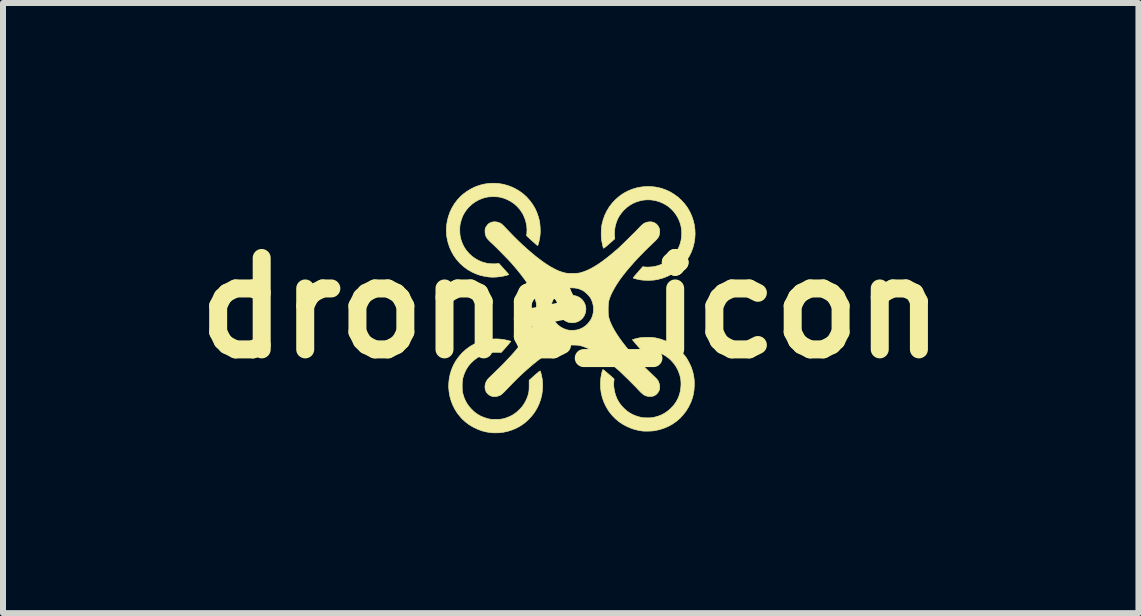
<source format=kicad_pcb>
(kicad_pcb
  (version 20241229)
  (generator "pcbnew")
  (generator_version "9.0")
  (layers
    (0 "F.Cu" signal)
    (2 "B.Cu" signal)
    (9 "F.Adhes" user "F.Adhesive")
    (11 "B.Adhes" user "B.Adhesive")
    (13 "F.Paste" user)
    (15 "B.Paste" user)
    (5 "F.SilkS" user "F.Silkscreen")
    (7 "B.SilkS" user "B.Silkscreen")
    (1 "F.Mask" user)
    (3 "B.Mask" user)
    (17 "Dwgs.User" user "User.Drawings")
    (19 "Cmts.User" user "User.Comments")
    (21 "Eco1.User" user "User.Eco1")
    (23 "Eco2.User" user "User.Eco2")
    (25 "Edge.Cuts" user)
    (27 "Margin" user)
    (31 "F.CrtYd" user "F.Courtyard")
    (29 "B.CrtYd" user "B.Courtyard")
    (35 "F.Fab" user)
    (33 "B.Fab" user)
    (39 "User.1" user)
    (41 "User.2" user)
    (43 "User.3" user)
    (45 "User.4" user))
  (footprint "drone_icon"
    (layer "F.Cu")
    (at 6.466 2.086)
    (property "Reference" "drone_icon" (at 0 0 0) (layer "F.SilkS") (effects (font (size 1.524 1.524) (thickness 0.3))))
    (attr through_hole)
    (fp_poly (pts (xy 0.051 -0.209) (xy 0.09 -0.201) (xy 0.126 -0.187) (xy 0.159 -0.167) (xy 0.189 -0.141) (xy 0.214 -0.11) (xy 0.233 -0.075) (xy 0.247 -0.036) (xy 0.253 0.004) (xy 0.251 0.047) (xy 0.242 0.088) (xy 0.226 0.127) (xy 0.203 0.162) (xy 0.174 0.192) (xy 0.15 0.21) (xy 0.113 0.229) (xy 0.073 0.241) (xy 0.031 0.246) (xy -0.01 0.243) (xy -0.046 0.235) (xy -0.086 0.217) (xy -0.122 0.193) (xy -0.151 0.163) (xy -0.174 0.129) (xy -0.191 0.09) (xy -0.2 0.049) (xy -0.202 0.006) (xy -0.202 0.004) (xy -0.195 -0.039) (xy -0.181 -0.079) (xy -0.159 -0.116) (xy -0.131 -0.148) (xy -0.097 -0.174) (xy -0.069 -0.189) (xy -0.029 -0.203) (xy 0.011 -0.21) (xy 0.051 -0.209)) (stroke (width 0.01) (type solid)) (fill yes) (layer "F.SilkS"))
    (fp_poly (pts (xy 1.331 -2.026) (xy 1.41 -2.018) (xy 1.488 -2.002) (xy 1.505 -1.998) (xy 1.58 -1.972) (xy 1.653 -1.939) (xy 1.721 -1.898) (xy 1.786 -1.851) (xy 1.845 -1.797) (xy 1.898 -1.739) (xy 1.946 -1.674) (xy 1.986 -1.605) (xy 2.018 -1.534) (xy 2.043 -1.461) (xy 2.061 -1.386) (xy 2.071 -1.31) (xy 2.074 -1.234) (xy 2.069 -1.158) (xy 2.057 -1.082) (xy 2.038 -1.008) (xy 2.011 -0.935) (xy 1.977 -0.865) (xy 1.935 -0.798) (xy 1.886 -0.734) (xy 1.868 -0.713) (xy 1.811 -0.658) (xy 1.749 -0.608) (xy 1.683 -0.565) (xy 1.612 -0.529) (xy 1.537 -0.5) (xy 1.46 -0.479) (xy 1.4 -0.468) (xy 1.377 -0.465) (xy 1.348 -0.464) (xy 1.315 -0.462) (xy 1.281 -0.462) (xy 1.248 -0.463) (xy 1.218 -0.464) (xy 1.194 -0.466) (xy 1.19 -0.466) (xy 1.17 -0.469) (xy 1.147 -0.473) (xy 1.123 -0.478) (xy 1.1 -0.483) (xy 1.079 -0.489) (xy 1.061 -0.494) (xy 1.048 -0.498) (xy 1.042 -0.501) (xy 1.041 -0.502) (xy 1.044 -0.506) (xy 1.052 -0.516) (xy 1.063 -0.531) (xy 1.078 -0.548) (xy 1.096 -0.569) (xy 1.116 -0.592) (xy 1.136 -0.615) (xy 1.152 -0.633) (xy 1.201 -0.689) (xy 1.235 -0.685) (xy 1.264 -0.683) (xy 1.298 -0.683) (xy 1.334 -0.685) (xy 1.369 -0.688) (xy 1.396 -0.692) (xy 1.461 -0.709) (xy 1.523 -0.733) (xy 1.582 -0.764) (xy 1.636 -0.802) (xy 1.686 -0.846) (xy 1.73 -0.895) (xy 1.768 -0.949) (xy 1.8 -1.007) (xy 1.823 -1.065) (xy 1.839 -1.126) (xy 1.848 -1.189) (xy 1.851 -1.254) (xy 1.847 -1.318) (xy 1.835 -1.38) (xy 1.835 -1.382) (xy 1.814 -1.447) (xy 1.785 -1.509) (xy 1.749 -1.567) (xy 1.707 -1.62) (xy 1.685 -1.643) (xy 1.653 -1.672) (xy 1.621 -1.698) (xy 1.587 -1.72) (xy 1.548 -1.742) (xy 1.539 -1.746) (xy 1.477 -1.773) (xy 1.413 -1.791) (xy 1.349 -1.802) (xy 1.285 -1.805) (xy 1.221 -1.801) (xy 1.159 -1.789) (xy 1.098 -1.771) (xy 1.04 -1.746) (xy 0.984 -1.714) (xy 0.933 -1.676) (xy 0.885 -1.632) (xy 0.843 -1.582) (xy 0.805 -1.527) (xy 0.781 -1.481) (xy 0.759 -1.425) (xy 0.742 -1.365) (xy 0.732 -1.303) (xy 0.728 -1.242) (xy 0.732 -1.182) (xy 0.732 -1.18) (xy 0.735 -1.155) (xy 0.68 -1.105) (xy 0.646 -1.076) (xy 0.619 -1.052) (xy 0.596 -1.032) (xy 0.579 -1.018) (xy 0.565 -1.008) (xy 0.556 -1.001) (xy 0.55 -0.998) (xy 0.546 -0.999) (xy 0.546 -0.999) (xy 0.543 -1.007) (xy 0.538 -1.022) (xy 0.533 -1.042) (xy 0.528 -1.066) (xy 0.523 -1.09) (xy 0.518 -1.115) (xy 0.514 -1.138) (xy 0.514 -1.139) (xy 0.511 -1.171) (xy 0.509 -1.209) (xy 0.509 -1.25) (xy 0.51 -1.292) (xy 0.513 -1.332) (xy 0.517 -1.368) (xy 0.52 -1.39) (xy 0.541 -1.472) (xy 0.569 -1.55) (xy 0.604 -1.622) (xy 0.646 -1.69) (xy 0.695 -1.754) (xy 0.751 -1.812) (xy 0.814 -1.866) (xy 0.816 -1.868) (xy 0.881 -1.913) (xy 0.95 -1.95) (xy 1.022 -1.98) (xy 1.097 -2.003) (xy 1.174 -2.018) (xy 1.252 -2.026) (xy 1.331 -2.026)) (stroke (width 0.01) (type solid)) (fill yes) (layer "F.SilkS"))
    (fp_poly (pts (xy -1.207 -2.077) (xy -1.129 -2.064) (xy -1.052 -2.044) (xy -0.977 -2.015) (xy -0.931 -1.993) (xy -0.861 -1.953) (xy -0.796 -1.906) (xy -0.737 -1.853) (xy -0.684 -1.794) (xy -0.637 -1.73) (xy -0.596 -1.662) (xy -0.563 -1.589) (xy -0.537 -1.512) (xy -0.522 -1.454) (xy -0.516 -1.417) (xy -0.512 -1.375) (xy -0.509 -1.329) (xy -0.508 -1.283) (xy -0.509 -1.239) (xy -0.513 -1.2) (xy -0.514 -1.191) (xy -0.518 -1.164) (xy -0.524 -1.135) (xy -0.53 -1.107) (xy -0.537 -1.082) (xy -0.543 -1.061) (xy -0.546 -1.053) (xy -0.55 -1.041) (xy -0.562 -1.049) (xy -0.57 -1.056) (xy -0.584 -1.067) (xy -0.601 -1.082) (xy -0.62 -1.099) (xy -0.641 -1.118) (xy -0.662 -1.137) (xy -0.681 -1.155) (xy -0.698 -1.171) (xy -0.706 -1.177) (xy -0.736 -1.207) (xy -0.731 -1.251) (xy -0.729 -1.31) (xy -0.734 -1.37) (xy -0.746 -1.431) (xy -0.764 -1.491) (xy -0.788 -1.548) (xy -0.807 -1.583) (xy -0.846 -1.641) (xy -0.891 -1.692) (xy -0.941 -1.737) (xy -0.997 -1.776) (xy -1.057 -1.808) (xy -1.121 -1.833) (xy -1.177 -1.848) (xy -1.202 -1.852) (xy -1.233 -1.855) (xy -1.268 -1.856) (xy -1.304 -1.857) (xy -1.339 -1.855) (xy -1.371 -1.853) (xy -1.397 -1.849) (xy -1.401 -1.849) (xy -1.469 -1.83) (xy -1.533 -1.804) (xy -1.592 -1.771) (xy -1.647 -1.731) (xy -1.697 -1.685) (xy -1.741 -1.633) (xy -1.779 -1.576) (xy -1.795 -1.546) (xy -1.807 -1.518) (xy -1.819 -1.486) (xy -1.83 -1.451) (xy -1.839 -1.417) (xy -1.844 -1.395) (xy -1.848 -1.365) (xy -1.85 -1.329) (xy -1.85 -1.291) (xy -1.849 -1.254) (xy -1.846 -1.22) (xy -1.844 -1.2) (xy -1.828 -1.134) (xy -1.804 -1.07) (xy -1.774 -1.011) (xy -1.737 -0.957) (xy -1.693 -0.907) (xy -1.645 -0.862) (xy -1.591 -0.824) (xy -1.532 -0.791) (xy -1.468 -0.765) (xy -1.401 -0.747) (xy -1.401 -0.747) (xy -1.379 -0.743) (xy -1.352 -0.74) (xy -1.321 -0.738) (xy -1.29 -0.737) (xy -1.261 -0.737) (xy -1.237 -0.739) (xy -1.227 -0.74) (xy -1.198 -0.744) (xy -1.144 -0.684) (xy -1.114 -0.65) (xy -1.088 -0.622) (xy -1.069 -0.6) (xy -1.053 -0.583) (xy -1.043 -0.57) (xy -1.036 -0.562) (xy -1.033 -0.558) (xy -1.033 -0.557) (xy -1.038 -0.555) (xy -1.049 -0.552) (xy -1.064 -0.547) (xy -1.073 -0.544) (xy -1.127 -0.532) (xy -1.185 -0.522) (xy -1.245 -0.516) (xy -1.303 -0.514) (xy -1.357 -0.517) (xy -1.361 -0.517) (xy -1.434 -0.528) (xy -1.508 -0.545) (xy -1.58 -0.57) (xy -1.648 -0.601) (xy -1.711 -0.637) (xy -1.721 -0.643) (xy -1.787 -0.692) (xy -1.847 -0.746) (xy -1.9 -0.806) (xy -1.947 -0.87) (xy -1.987 -0.94) (xy -2.02 -1.013) (xy -2.045 -1.09) (xy -2.063 -1.17) (xy -2.07 -1.22) (xy -2.074 -1.297) (xy -2.07 -1.375) (xy -2.058 -1.451) (xy -2.039 -1.527) (xy -2.013 -1.6) (xy -1.98 -1.67) (xy -1.94 -1.737) (xy -1.893 -1.799) (xy -1.841 -1.856) (xy -1.797 -1.896) (xy -1.731 -1.945) (xy -1.662 -1.987) (xy -1.59 -2.022) (xy -1.516 -2.048) (xy -1.44 -2.067) (xy -1.363 -2.078) (xy -1.285 -2.081) (xy -1.207 -2.077)) (stroke (width 0.01) (type solid)) (fill yes) (layer "F.SilkS"))
    (fp_poly (pts (xy -1.182 0.518) (xy -1.118 0.526) (xy -1.057 0.538) (xy -1.029 0.546) (xy -0.999 0.555) (xy -1.007 0.566) (xy -1.015 0.576) (xy -1.027 0.591) (xy -1.043 0.61) (xy -1.061 0.631) (xy -1.082 0.655) (xy -1.103 0.679) (xy -1.12 0.698) (xy -1.158 0.74) (xy -1.223 0.738) (xy -1.285 0.738) (xy -1.342 0.744) (xy -1.395 0.755) (xy -1.448 0.772) (xy -1.501 0.796) (xy -1.559 0.829) (xy -1.612 0.869) (xy -1.661 0.914) (xy -1.704 0.965) (xy -1.74 1.02) (xy -1.769 1.08) (xy -1.784 1.12) (xy -1.793 1.149) (xy -1.8 1.175) (xy -1.804 1.2) (xy -1.807 1.226) (xy -1.809 1.256) (xy -1.81 1.291) (xy -1.81 1.302) (xy -1.809 1.331) (xy -1.809 1.354) (xy -1.808 1.372) (xy -1.806 1.387) (xy -1.804 1.402) (xy -1.801 1.417) (xy -1.798 1.427) (xy -1.78 1.489) (xy -1.756 1.545) (xy -1.727 1.597) (xy -1.692 1.645) (xy -1.653 1.688) (xy -1.605 1.734) (xy -1.553 1.772) (xy -1.499 1.803) (xy -1.439 1.827) (xy -1.381 1.845) (xy -1.364 1.849) (xy -1.349 1.852) (xy -1.334 1.854) (xy -1.318 1.855) (xy -1.298 1.856) (xy -1.273 1.856) (xy -1.255 1.856) (xy -1.218 1.856) (xy -1.186 1.855) (xy -1.159 1.852) (xy -1.134 1.848) (xy -1.108 1.841) (xy -1.08 1.833) (xy -1.072 1.83) (xy -1.011 1.806) (xy -0.953 1.774) (xy -0.9 1.735) (xy -0.851 1.69) (xy -0.807 1.641) (xy -0.77 1.586) (xy -0.739 1.528) (xy -0.72 1.48) (xy -0.711 1.451) (xy -0.704 1.426) (xy -0.699 1.402) (xy -0.696 1.378) (xy -0.694 1.352) (xy -0.693 1.321) (xy -0.693 1.289) (xy -0.693 1.204) (xy -0.636 1.154) (xy -0.602 1.123) (xy -0.574 1.099) (xy -0.551 1.08) (xy -0.534 1.065) (xy -0.521 1.056) (xy -0.512 1.051) (xy -0.508 1.051) (xy -0.507 1.051) (xy -0.505 1.058) (xy -0.501 1.071) (xy -0.496 1.089) (xy -0.491 1.109) (xy -0.486 1.13) (xy -0.482 1.15) (xy -0.479 1.166) (xy -0.478 1.167) (xy -0.472 1.217) (xy -0.469 1.272) (xy -0.47 1.329) (xy -0.474 1.386) (xy -0.481 1.441) (xy -0.483 1.45) (xy -0.502 1.527) (xy -0.529 1.601) (xy -0.562 1.671) (xy -0.603 1.738) (xy -0.65 1.8) (xy -0.703 1.858) (xy -0.761 1.91) (xy -0.824 1.956) (xy -0.892 1.995) (xy -0.963 2.027) (xy -1.041 2.053) (xy -1.121 2.071) (xy -1.201 2.08) (xy -1.282 2.081) (xy -1.329 2.078) (xy -1.407 2.066) (xy -1.483 2.047) (xy -1.556 2.019) (xy -1.627 1.985) (xy -1.694 1.945) (xy -1.756 1.898) (xy -1.813 1.846) (xy -1.837 1.819) (xy -1.888 1.756) (xy -1.931 1.689) (xy -1.966 1.619) (xy -1.994 1.547) (xy -2.015 1.473) (xy -2.028 1.398) (xy -2.035 1.323) (xy -2.033 1.247) (xy -2.025 1.172) (xy -2.009 1.097) (xy -1.986 1.025) (xy -1.956 0.954) (xy -1.919 0.886) (xy -1.874 0.822) (xy -1.822 0.761) (xy -1.808 0.746) (xy -1.747 0.691) (xy -1.682 0.643) (xy -1.613 0.603) (xy -1.54 0.569) (xy -1.464 0.544) (xy -1.385 0.526) (xy -1.307 0.517) (xy -1.246 0.515) (xy -1.182 0.518)) (stroke (width 0.01) (type solid)) (fill yes) (layer "F.SilkS"))
    (fp_poly (pts (xy 1.312 0.489) (xy 1.338 0.49) (xy 1.36 0.491) (xy 1.38 0.493) (xy 1.398 0.496) (xy 1.414 0.498) (xy 1.496 0.518) (xy 1.573 0.545) (xy 1.647 0.579) (xy 1.716 0.619) (xy 1.762 0.653) (xy 1.788 0.675) (xy 1.817 0.702) (xy 1.846 0.732) (xy 1.875 0.763) (xy 1.9 0.793) (xy 1.919 0.817) (xy 1.939 0.848) (xy 1.96 0.885) (xy 1.981 0.925) (xy 2 0.965) (xy 2.015 1.002) (xy 2.021 1.019) (xy 2.038 1.077) (xy 2.05 1.132) (xy 2.058 1.187) (xy 2.061 1.245) (xy 2.06 1.299) (xy 2.056 1.367) (xy 2.046 1.43) (xy 2.032 1.49) (xy 2.011 1.55) (xy 2 1.577) (xy 1.964 1.651) (xy 1.922 1.719) (xy 1.873 1.782) (xy 1.819 1.84) (xy 1.759 1.891) (xy 1.694 1.936) (xy 1.625 1.974) (xy 1.551 2.005) (xy 1.474 2.029) (xy 1.393 2.046) (xy 1.388 2.047) (xy 1.367 2.049) (xy 1.34 2.051) (xy 1.309 2.052) (xy 1.277 2.053) (xy 1.246 2.053) (xy 1.218 2.052) (xy 1.195 2.051) (xy 1.19 2.05) (xy 1.165 2.046) (xy 1.135 2.041) (xy 1.102 2.033) (xy 1.069 2.025) (xy 1.039 2.016) (xy 1.023 2.011) (xy 0.948 1.98) (xy 0.876 1.943) (xy 0.81 1.899) (xy 0.748 1.848) (xy 0.692 1.791) (xy 0.642 1.729) (xy 0.625 1.704) (xy 0.584 1.634) (xy 0.55 1.56) (xy 0.525 1.485) (xy 0.507 1.407) (xy 0.497 1.327) (xy 0.496 1.247) (xy 0.502 1.166) (xy 0.517 1.084) (xy 0.521 1.071) (xy 0.526 1.05) (xy 0.53 1.036) (xy 0.534 1.029) (xy 0.539 1.027) (xy 0.545 1.03) (xy 0.554 1.037) (xy 0.555 1.038) (xy 0.565 1.046) (xy 0.58 1.058) (xy 0.599 1.074) (xy 0.619 1.091) (xy 0.641 1.11) (xy 0.662 1.128) (xy 0.681 1.145) (xy 0.697 1.159) (xy 0.706 1.167) (xy 0.723 1.183) (xy 0.719 1.226) (xy 0.717 1.256) (xy 0.717 1.287) (xy 0.719 1.319) (xy 0.73 1.388) (xy 0.748 1.454) (xy 0.773 1.516) (xy 0.805 1.573) (xy 0.846 1.628) (xy 0.89 1.675) (xy 0.94 1.719) (xy 0.994 1.755) (xy 1.052 1.785) (xy 1.114 1.808) (xy 1.165 1.821) (xy 1.184 1.825) (xy 1.203 1.828) (xy 1.222 1.83) (xy 1.245 1.83) (xy 1.274 1.831) (xy 1.278 1.831) (xy 1.308 1.831) (xy 1.332 1.83) (xy 1.352 1.828) (xy 1.37 1.825) (xy 1.389 1.822) (xy 1.392 1.821) (xy 1.458 1.803) (xy 1.519 1.779) (xy 1.574 1.748) (xy 1.627 1.71) (xy 1.669 1.673) (xy 1.716 1.622) (xy 1.756 1.567) (xy 1.788 1.508) (xy 1.812 1.446) (xy 1.829 1.38) (xy 1.837 1.312) (xy 1.839 1.272) (xy 1.838 1.228) (xy 1.834 1.189) (xy 1.827 1.151) (xy 1.817 1.112) (xy 1.813 1.1) (xy 1.789 1.038) (xy 1.758 0.979) (xy 1.72 0.925) (xy 1.676 0.875) (xy 1.627 0.831) (xy 1.572 0.792) (xy 1.514 0.761) (xy 1.458 0.738) (xy 1.421 0.727) (xy 1.383 0.719) (xy 1.343 0.714) (xy 1.3 0.711) (xy 1.25 0.711) (xy 1.203 0.713) (xy 1.196 0.712) (xy 1.19 0.71) (xy 1.183 0.706) (xy 1.174 0.697) (xy 1.162 0.684) (xy 1.151 0.672) (xy 1.134 0.653) (xy 1.114 0.63) (xy 1.093 0.606) (xy 1.074 0.583) (xy 1.071 0.579) (xy 1.028 0.528) (xy 1.061 0.518) (xy 1.099 0.507) (xy 1.136 0.499) (xy 1.173 0.494) (xy 1.212 0.491) (xy 1.257 0.489) (xy 1.278 0.489) (xy 1.312 0.489)) (stroke (width 0.01) (type solid)) (fill yes) (layer "F.SilkS"))
    (fp_poly (pts (xy 1.356 -1.435) (xy 1.39 -1.425) (xy 1.421 -1.406) (xy 1.438 -1.391) (xy 1.461 -1.362) (xy 1.476 -1.33) (xy 1.484 -1.295) (xy 1.483 -1.258) (xy 1.48 -1.237) (xy 1.477 -1.222) (xy 1.473 -1.208) (xy 1.468 -1.195) (xy 1.461 -1.182) (xy 1.452 -1.169) (xy 1.44 -1.154) (xy 1.425 -1.137) (xy 1.406 -1.117) (xy 1.382 -1.094) (xy 1.352 -1.066) (xy 1.332 -1.046) (xy 1.239 -0.956) (xy 1.153 -0.868) (xy 1.072 -0.782) (xy 0.998 -0.698) (xy 0.929 -0.617) (xy 0.867 -0.539) (xy 0.812 -0.464) (xy 0.764 -0.392) (xy 0.723 -0.323) (xy 0.692 -0.265) (xy 0.672 -0.223) (xy 0.657 -0.187) (xy 0.645 -0.154) (xy 0.636 -0.123) (xy 0.63 -0.091) (xy 0.627 -0.056) (xy 0.625 -0.017) (xy 0.625 0.025) (xy 0.625 0.063) (xy 0.626 0.094) (xy 0.628 0.121) (xy 0.632 0.145) (xy 0.638 0.169) (xy 0.645 0.193) (xy 0.655 0.221) (xy 0.658 0.229) (xy 0.684 0.288) (xy 0.717 0.352) (xy 0.757 0.419) (xy 0.804 0.49) (xy 0.857 0.564) (xy 0.917 0.641) (xy 0.983 0.72) (xy 1.055 0.802) (xy 1.133 0.886) (xy 1.217 0.972) (xy 1.306 1.059) (xy 1.335 1.087) (xy 1.364 1.115) (xy 1.388 1.138) (xy 1.408 1.157) (xy 1.423 1.172) (xy 1.435 1.185) (xy 1.443 1.195) (xy 1.45 1.203) (xy 1.455 1.211) (xy 1.46 1.219) (xy 1.462 1.225) (xy 1.477 1.264) (xy 1.484 1.302) (xy 1.483 1.338) (xy 1.475 1.373) (xy 1.458 1.404) (xy 1.438 1.429) (xy 1.415 1.449) (xy 1.393 1.462) (xy 1.369 1.47) (xy 1.341 1.474) (xy 1.321 1.475) (xy 1.293 1.473) (xy 1.267 1.468) (xy 1.243 1.46) (xy 1.219 1.447) (xy 1.194 1.428) (xy 1.168 1.404) (xy 1.138 1.374) (xy 1.132 1.367) (xy 1.111 1.345) (xy 1.086 1.318) (xy 1.056 1.288) (xy 1.023 1.255) (xy 0.989 1.22) (xy 0.954 1.185) (xy 0.918 1.151) (xy 0.884 1.118) (xy 0.853 1.088) (xy 0.825 1.061) (xy 0.801 1.039) (xy 0.796 1.035) (xy 0.709 0.959) (xy 0.625 0.891) (xy 0.546 0.83) (xy 0.47 0.777) (xy 0.398 0.731) (xy 0.33 0.693) (xy 0.265 0.663) (xy 0.205 0.64) (xy 0.148 0.624) (xy 0.148 0.624) (xy 0.129 0.621) (xy 0.103 0.619) (xy 0.072 0.618) (xy 0.039 0.617) (xy 0.006 0.617) (xy -0.027 0.618) (xy -0.056 0.62) (xy -0.081 0.622) (xy -0.095 0.624) (xy -0.148 0.639) (xy -0.206 0.66) (xy -0.267 0.689) (xy -0.332 0.725) (xy -0.401 0.767) (xy -0.473 0.817) (xy -0.548 0.873) (xy -0.625 0.935) (xy -0.706 1.004) (xy -0.789 1.078) (xy -0.875 1.159) (xy -0.962 1.246) (xy -1.039 1.325) (xy -1.069 1.356) (xy -1.093 1.382) (xy -1.113 1.402) (xy -1.13 1.418) (xy -1.143 1.43) (xy -1.154 1.439) (xy -1.163 1.446) (xy -1.171 1.451) (xy -1.171 1.451) (xy -1.208 1.467) (xy -1.246 1.475) (xy -1.283 1.477) (xy -1.309 1.473) (xy -1.338 1.463) (xy -1.365 1.446) (xy -1.389 1.425) (xy -1.407 1.402) (xy -1.411 1.395) (xy -1.424 1.361) (xy -1.43 1.325) (xy -1.428 1.288) (xy -1.424 1.27) (xy -1.416 1.243) (xy -1.404 1.218) (xy -1.387 1.193) (xy -1.365 1.168) (xy -1.351 1.154) (xy -1.285 1.091) (xy -1.226 1.033) (xy -1.171 0.979) (xy -1.121 0.929) (xy -1.075 0.881) (xy -1.033 0.836) (xy -0.993 0.793) (xy -0.955 0.751) (xy -0.919 0.709) (xy -0.884 0.666) (xy -0.849 0.623) (xy -0.846 0.619) (xy -0.788 0.543) (xy -0.736 0.47) (xy -0.691 0.4) (xy -0.653 0.334) (xy -0.622 0.271) (xy -0.598 0.211) (xy -0.586 0.171) (xy -0.582 0.158) (xy -0.579 0.146) (xy -0.577 0.132) (xy -0.576 0.117) (xy -0.575 0.098) (xy -0.574 0.074) (xy -0.573 0.043) (xy -0.573 0.036) (xy -0.572 0.002) (xy -0.329 0.002) (xy -0.327 0.056) (xy -0.318 0.107) (xy -0.302 0.156) (xy -0.278 0.202) (xy -0.249 0.244) (xy -0.213 0.281) (xy -0.173 0.313) (xy -0.127 0.339) (xy -0.077 0.359) (xy -0.049 0.366) (xy -0.025 0.37) (xy 0.004 0.372) (xy 0.035 0.372) (xy 0.066 0.37) (xy 0.093 0.367) (xy 0.101 0.366) (xy 0.151 0.351) (xy 0.199 0.329) (xy 0.244 0.299) (xy 0.277 0.269) (xy 0.313 0.227) (xy 0.342 0.182) (xy 0.363 0.133) (xy 0.375 0.081) (xy 0.38 0.027) (xy 0.38 0.002) (xy 0.374 -0.049) (xy 0.362 -0.097) (xy 0.344 -0.142) (xy 0.33 -0.168) (xy 0.316 -0.188) (xy 0.297 -0.21) (xy 0.275 -0.233) (xy 0.251 -0.255) (xy 0.228 -0.274) (xy 0.207 -0.289) (xy 0.203 -0.291) (xy 0.154 -0.314) (xy 0.103 -0.329) (xy 0.051 -0.336) (xy -0.000016 -0.336) (xy -0.051 -0.329) (xy -0.099 -0.315) (xy -0.146 -0.293) (xy -0.189 -0.265) (xy -0.228 -0.231) (xy -0.263 -0.19) (xy -0.272 -0.175) (xy -0.296 -0.133) (xy -0.313 -0.091) (xy -0.324 -0.047) (xy -0.329 0.002) (xy -0.572 0.002) (xy -0.572 0.002) (xy -0.572 -0.025) (xy -0.572 -0.046) (xy -0.573 -0.063) (xy -0.574 -0.078) (xy -0.576 -0.091) (xy -0.578 -0.098) (xy -0.592 -0.152) (xy -0.612 -0.209) (xy -0.64 -0.269) (xy -0.674 -0.333) (xy -0.716 -0.401) (xy -0.764 -0.472) (xy -0.82 -0.547) (xy -0.883 -0.626) (xy -0.953 -0.709) (xy -0.992 -0.754) (xy -1.012 -0.775) (xy -1.036 -0.801) (xy -1.065 -0.831) (xy -1.096 -0.863) (xy -1.129 -0.897) (xy -1.163 -0.932) (xy -1.197 -0.966) (xy -1.23 -0.999) (xy -1.261 -1.029) (xy -1.288 -1.056) (xy -1.312 -1.078) (xy -1.324 -1.089) (xy -1.356 -1.119) (xy -1.381 -1.146) (xy -1.4 -1.172) (xy -1.413 -1.196) (xy -1.422 -1.221) (xy -1.427 -1.248) (xy -1.429 -1.276) (xy -1.428 -1.297) (xy -1.427 -1.311) (xy -1.425 -1.323) (xy -1.421 -1.335) (xy -1.416 -1.346) (xy -1.396 -1.377) (xy -1.372 -1.403) (xy -1.343 -1.421) (xy -1.311 -1.433) (xy -1.276 -1.438) (xy -1.24 -1.436) (xy -1.202 -1.426) (xy -1.178 -1.416) (xy -1.169 -1.412) (xy -1.161 -1.407) (xy -1.153 -1.401) (xy -1.143 -1.393) (xy -1.132 -1.382) (xy -1.118 -1.369) (xy -1.101 -1.351) (xy -1.08 -1.329) (xy -1.054 -1.302) (xy -1.047 -1.295) (xy -0.965 -1.21) (xy -0.883 -1.128) (xy -0.802 -1.051) (xy -0.722 -0.979) (xy -0.644 -0.912) (xy -0.569 -0.85) (xy -0.496 -0.795) (xy -0.427 -0.745) (xy -0.361 -0.703) (xy -0.349 -0.695) (xy -0.29 -0.662) (xy -0.235 -0.634) (xy -0.183 -0.612) (xy -0.131 -0.595) (xy -0.112 -0.59) (xy -0.097 -0.586) (xy -0.083 -0.583) (xy -0.071 -0.581) (xy -0.058 -0.58) (xy -0.042 -0.579) (xy -0.022 -0.578) (xy 0.003 -0.578) (xy 0.03 -0.578) (xy 0.061 -0.579) (xy 0.086 -0.579) (xy 0.105 -0.58) (xy 0.121 -0.581) (xy 0.134 -0.582) (xy 0.147 -0.585) (xy 0.16 -0.588) (xy 0.166 -0.59) (xy 0.219 -0.606) (xy 0.273 -0.628) (xy 0.33 -0.655) (xy 0.39 -0.688) (xy 0.453 -0.727) (xy 0.518 -0.772) (xy 0.588 -0.824) (xy 0.661 -0.882) (xy 0.738 -0.947) (xy 0.773 -0.977) (xy 0.792 -0.993) (xy 0.816 -1.015) (xy 0.843 -1.042) (xy 0.875 -1.072) (xy 0.908 -1.104) (xy 0.944 -1.139) (xy 0.98 -1.175) (xy 1.016 -1.211) (xy 1.052 -1.246) (xy 1.086 -1.28) (xy 1.117 -1.312) (xy 1.145 -1.341) (xy 1.158 -1.355) (xy 1.183 -1.38) (xy 1.206 -1.399) (xy 1.227 -1.414) (xy 1.25 -1.424) (xy 1.275 -1.432) (xy 1.281 -1.433) (xy 1.319 -1.438) (xy 1.356 -1.435)) (stroke (width 0.01) (type solid)) (fill yes) (layer "F.SilkS")))
  (gr_rect
    (start -3 -3)
    (end 15.932 7.173)
    (stroke (width 0.1) (type default))
    (fill no)
    (layer "Edge.Cuts")))
</source>
